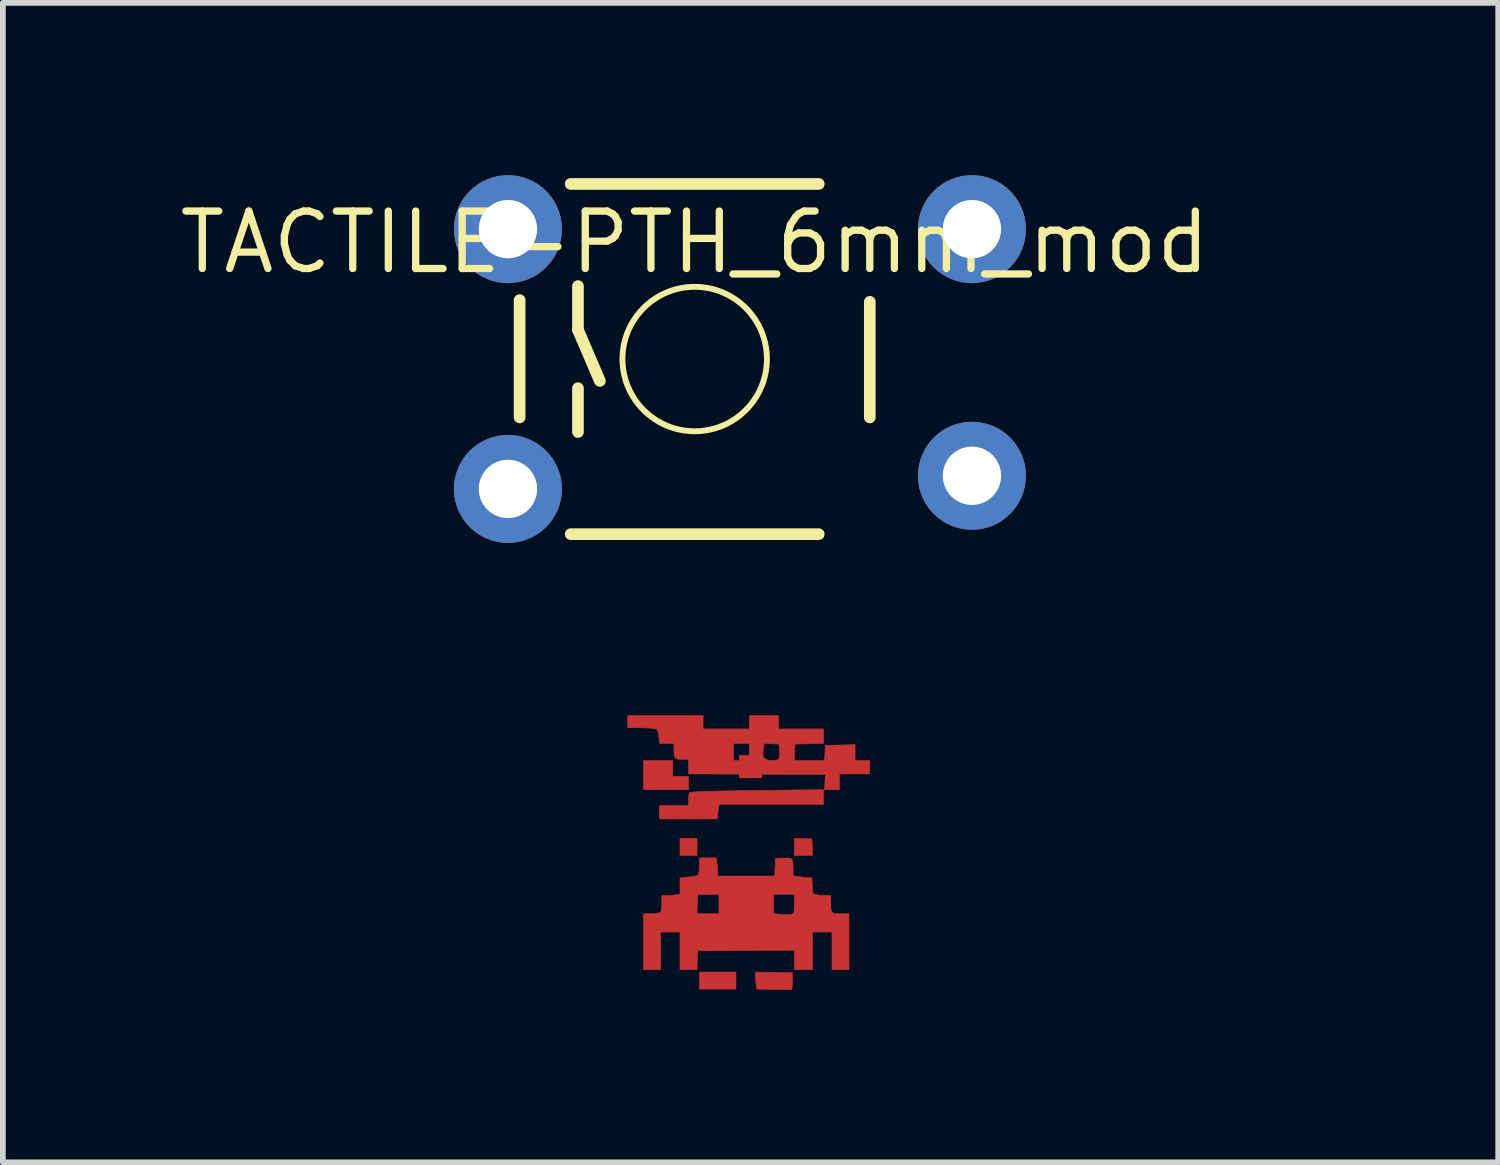
<source format=kicad_pcb>
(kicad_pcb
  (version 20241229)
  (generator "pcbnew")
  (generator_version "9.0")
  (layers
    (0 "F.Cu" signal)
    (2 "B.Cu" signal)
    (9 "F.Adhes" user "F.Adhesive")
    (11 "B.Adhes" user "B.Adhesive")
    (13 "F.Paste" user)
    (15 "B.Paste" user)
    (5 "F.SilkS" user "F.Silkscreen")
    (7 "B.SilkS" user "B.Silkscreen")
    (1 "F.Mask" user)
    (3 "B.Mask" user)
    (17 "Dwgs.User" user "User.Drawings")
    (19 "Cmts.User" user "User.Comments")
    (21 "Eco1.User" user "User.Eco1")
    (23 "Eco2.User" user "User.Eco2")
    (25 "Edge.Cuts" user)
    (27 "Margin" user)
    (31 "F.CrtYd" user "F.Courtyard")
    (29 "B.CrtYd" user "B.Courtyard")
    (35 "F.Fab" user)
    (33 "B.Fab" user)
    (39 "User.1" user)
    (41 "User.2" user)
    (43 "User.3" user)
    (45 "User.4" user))
  (footprint "TACTILE-PTH_6mm_mod"
    (layer "F.Cu")
    (at 9.043 3.2)
    (property "Reference" "TACTILE-PTH_6mm_mod" (at 0 -2.032 0) (layer "F.SilkS") (effects (font (size 1 1) (thickness 0.127))))
    (attr exclude_from_pos_files exclude_from_bom)
    (fp_line (start -3.048 -1.026) (end -3.048 1.016) (stroke (width 0.203) (type solid)) (layer "F.SilkS"))
    (fp_line (start -2.159 3.048) (end 2.159 3.048) (stroke (width 0.203) (type solid)) (layer "F.SilkS"))
    (fp_line (start -2.032 -1.27) (end -2.032 -0.508) (stroke (width 0.203) (type solid)) (layer "F.SilkS"))
    (fp_line (start -2.032 -0.508) (end -1.651 0.381) (stroke (width 0.203) (type solid)) (layer "F.SilkS"))
    (fp_line (start -2.032 0.508) (end -2.032 1.27) (stroke (width 0.203) (type solid)) (layer "F.SilkS"))
    (fp_line (start 2.159 -3.048) (end -2.159 -3.048) (stroke (width 0.203) (type solid)) (layer "F.SilkS"))
    (fp_line (start 3.048 -0.996) (end 3.048 1.016) (stroke (width 0.203) (type solid)) (layer "F.SilkS"))
    (fp_circle (center 0 0) (end -0.889 0.889) (stroke (width 0.102) (type solid)) (fill no) (layer "F.SilkS"))
    (pad "1" thru_hole circle (at -3.251 -2.261) (size 1.88 1.88) (drill 1.016) (layers "*.Cu" "*.Mask"))
    (pad "1" thru_hole circle (at 4.826 -2.261) (size 1.88 1.88) (drill 1.016) (layers "*.Cu" "*.Mask"))
    (pad "2" thru_hole circle (at -3.251 2.261) (size 1.88 1.88) (drill 1.016) (layers "*.Cu" "*.Mask"))
    (pad "2" thru_hole circle (at 4.826 2.032) (size 1.88 1.88) (drill 1.016) (layers "*.Cu" "*.Mask")))
  (footprint "TOP_led_footprint"
    (layer "F.Cu")
    (at 10.015 11.565)
    (property "Reference" "TOP_led_footprint" (at 0 0 0) (layer "Eco2.User") (effects (font (size 1.524 1.524) (thickness 0.15))))
    (attr through_hole)
    (fp_poly (pts (xy -0.931 0.275) (xy -1.228 0.275) (xy -1.228 -0.021) (xy -0.931 -0.021) (xy -0.931 0.275)) (stroke (width 0.01) (type solid)) (fill yes) (layer "F.Cu"))
    (fp_poly (pts (xy -0.254 2.603) (xy -0.889 2.603) (xy -0.889 2.307) (xy -0.254 2.307) (xy -0.254 2.603)) (stroke (width 0.01) (type solid)) (fill yes) (layer "F.Cu"))
    (fp_poly (pts (xy -1.355 -1.101) (xy -1.079 -1.101) (xy -1.079 -0.868) (xy -1.863 -0.868) (xy -1.863 -1.376) (xy -1.355 -1.376) (xy -1.355 -1.101)) (stroke (width 0.01) (type solid)) (fill yes) (layer "F.Cu"))
    (fp_poly (pts (xy 0.915 -0.017) (xy 1.069 -0.011) (xy 1.075 0.132) (xy 1.081 0.275) (xy 0.762 0.275) (xy 0.762 -0.023) (xy 0.915 -0.017)) (stroke (width 0.01) (type solid)) (fill yes) (layer "F.Cu"))
    (fp_poly (pts (xy 0.407 2.312) (xy 0.73 2.318) (xy 0.73 2.464) (xy 0.727 2.539) (xy 0.72 2.592) (xy 0.709 2.613) (xy 0.709 2.613) (xy 0.681 2.613) (xy 0.619 2.613) (xy 0.532 2.611) (xy 0.428 2.609) (xy 0.4 2.609) (xy 0.111 2.602) (xy 0.098 2.524) (xy 0.089 2.449) (xy 0.085 2.377) (xy 0.085 2.375) (xy 0.085 2.306) (xy 0.407 2.312)) (stroke (width 0.01) (type solid)) (fill yes) (layer "F.Cu"))
    (fp_poly (pts (xy 1.27 -0.614) (xy -0.545 -0.614) (xy -0.558 -0.548) (xy -0.568 -0.478) (xy -0.572 -0.421) (xy -0.572 -0.36) (xy -1.587 -0.36) (xy -1.587 -0.593) (xy -1.079 -0.593) (xy -1.079 -0.693) (xy -1.076 -0.758) (xy -1.068 -0.805) (xy -1.063 -0.817) (xy -1.043 -0.823) (xy -0.988 -0.828) (xy -0.897 -0.834) (xy -0.77 -0.838) (xy -0.606 -0.843) (xy -0.402 -0.847) (xy -0.159 -0.851) (xy 0.111 -0.855) (xy 1.27 -0.869) (xy 1.27 -0.614)) (stroke (width 0.01) (type solid)) (fill yes) (layer "F.Cu"))
    (fp_poly (pts (xy -0.826 -1.926) (xy -0.021 -1.926) (xy -0.021 -2.159) (xy 0.487 -2.159) (xy 0.487 -1.926) (xy 1.27 -1.926) (xy 1.27 -1.674) (xy 1.021 -1.668) (xy 0.773 -1.662) (xy 0.766 -1.519) (xy 0.76 -1.376) (xy 1.289 -1.376) (xy 1.302 -1.64) (xy 1.561 -1.646) (xy 1.82 -1.652) (xy 1.82 -1.376) (xy 2.074 -1.376) (xy 2.074 -1.143) (xy 1.545 -1.143) (xy 1.545 -0.868) (xy 1.288 -0.868) (xy 1.295 -1) (xy 1.302 -1.132) (xy -1.079 -1.143) (xy -1.079 -1.397) (xy -1.194 -1.397) (xy -1.263 -1.4) (xy -1.304 -1.415) (xy -1.325 -1.449) (xy -1.333 -1.513) (xy -1.333 -1.568) (xy -1.333 -1.672) (xy -0.296 -1.672) (xy -0.296 -1.376) (xy -0.021 -1.376) (xy -0.021 -1.505) (xy 0.213 -1.505) (xy 0.226 -1.436) (xy 0.267 -1.394) (xy 0.337 -1.377) (xy 0.367 -1.376) (xy 0.429 -1.38) (xy 0.475 -1.39) (xy 0.483 -1.394) (xy 0.5 -1.426) (xy 0.505 -1.493) (xy 0.504 -1.537) (xy 0.497 -1.662) (xy 0.368 -1.668) (xy 0.238 -1.674) (xy 0.225 -1.607) (xy 0.213 -1.505) (xy -0.021 -1.505) (xy -0.021 -1.672) (xy -0.296 -1.672) (xy -1.333 -1.672) (xy -1.583 -1.672) (xy -1.598 -1.797) (xy -1.607 -1.866) (xy -1.619 -1.905) (xy -1.641 -1.923) (xy -1.68 -1.932) (xy -1.69 -1.934) (xy -1.747 -1.94) (xy -1.832 -1.945) (xy -1.927 -1.947) (xy -1.953 -1.947) (xy -2.138 -1.947) (xy -2.138 -2.159) (xy -0.826 -2.159) (xy -0.826 -1.926)) (stroke (width 0.01) (type solid)) (fill yes) (layer "F.Cu"))
    (fp_poly (pts (xy -0.585 0.397) (xy -0.576 0.476) (xy -0.572 0.555) (xy -0.572 0.556) (xy -0.572 0.635) (xy 0.421 0.635) (xy 0.428 0.482) (xy 0.434 0.328) (xy 0.57 0.322) (xy 0.657 0.321) (xy 0.708 0.331) (xy 0.723 0.343) (xy 0.732 0.378) (xy 0.739 0.44) (xy 0.741 0.501) (xy 0.741 0.632) (xy 0.831 0.644) (xy 0.909 0.653) (xy 0.984 0.661) (xy 0.995 0.661) (xy 1.069 0.667) (xy 1.075 0.807) (xy 1.079 0.882) (xy 1.087 0.925) (xy 1.102 0.947) (xy 1.131 0.957) (xy 1.147 0.961) (xy 1.211 0.969) (xy 1.288 0.973) (xy 1.304 0.974) (xy 1.397 0.974) (xy 1.397 1.099) (xy 1.399 1.19) (xy 1.408 1.246) (xy 1.432 1.276) (xy 1.479 1.289) (xy 1.556 1.291) (xy 1.569 1.291) (xy 1.714 1.291) (xy 1.714 2.265) (xy 1.418 2.265) (xy 1.418 1.609) (xy 1.079 1.609) (xy 1.079 2.265) (xy 0.762 2.265) (xy 0.762 1.926) (xy -0.079 1.931) (xy -0.921 1.937) (xy -0.927 2.101) (xy -0.933 2.265) (xy -1.228 2.265) (xy -1.228 1.609) (xy -1.566 1.609) (xy -1.566 2.265) (xy -1.863 2.265) (xy -1.863 1.291) (xy -0.933 1.291) (xy -0.55 1.291) (xy -0.55 0.953) (xy 0.402 0.953) (xy 0.402 1.288) (xy 0.471 1.297) (xy 0.594 1.308) (xy 0.682 1.305) (xy 0.714 1.299) (xy 0.738 1.289) (xy 0.752 1.27) (xy 0.76 1.232) (xy 0.762 1.166) (xy 0.762 1.119) (xy 0.762 0.953) (xy 0.402 0.953) (xy -0.55 0.953) (xy -0.55 0.951) (xy -0.736 0.957) (xy -0.921 0.963) (xy -0.933 1.291) (xy -1.863 1.291) (xy -1.752 1.291) (xy -1.657 1.289) (xy -1.597 1.28) (xy -1.563 1.257) (xy -1.549 1.214) (xy -1.545 1.144) (xy -1.545 1.119) (xy -1.545 0.974) (xy -1.453 0.974) (xy -1.377 0.97) (xy -1.306 0.963) (xy -1.294 0.96) (xy -1.228 0.947) (xy -1.228 0.662) (xy -1.077 0.651) (xy -0.986 0.64) (xy -0.927 0.625) (xy -0.908 0.611) (xy -0.898 0.576) (xy -0.891 0.513) (xy -0.889 0.45) (xy -0.889 0.318) (xy -0.598 0.318) (xy -0.585 0.397)) (stroke (width 0.01) (type solid)) (fill yes) (layer "F.Cu"))
    (fp_poly (pts (xy -0.931 0.275) (xy -1.228 0.275) (xy -1.228 -0.021) (xy -0.931 -0.021) (xy -0.931 0.275)) (stroke (width 0.01) (type solid)) (fill yes) (layer "F.Mask"))
    (fp_poly (pts (xy -0.254 2.603) (xy -0.889 2.603) (xy -0.889 2.307) (xy -0.254 2.307) (xy -0.254 2.603)) (stroke (width 0.01) (type solid)) (fill yes) (layer "F.Mask"))
    (fp_poly (pts (xy -1.355 -1.101) (xy -1.079 -1.101) (xy -1.079 -0.868) (xy -1.863 -0.868) (xy -1.863 -1.376) (xy -1.355 -1.376) (xy -1.355 -1.101)) (stroke (width 0.01) (type solid)) (fill yes) (layer "F.Mask"))
    (fp_poly (pts (xy 0.915 -0.017) (xy 1.069 -0.011) (xy 1.075 0.132) (xy 1.081 0.275) (xy 0.762 0.275) (xy 0.762 -0.023) (xy 0.915 -0.017)) (stroke (width 0.01) (type solid)) (fill yes) (layer "F.Mask"))
    (fp_poly (pts (xy 0.407 2.312) (xy 0.73 2.318) (xy 0.73 2.464) (xy 0.727 2.539) (xy 0.72 2.592) (xy 0.709 2.613) (xy 0.709 2.613) (xy 0.681 2.613) (xy 0.619 2.613) (xy 0.532 2.611) (xy 0.428 2.609) (xy 0.4 2.609) (xy 0.111 2.602) (xy 0.098 2.524) (xy 0.089 2.449) (xy 0.085 2.377) (xy 0.085 2.375) (xy 0.085 2.306) (xy 0.407 2.312)) (stroke (width 0.01) (type solid)) (fill yes) (layer "F.Mask"))
    (fp_poly (pts (xy 1.27 -0.614) (xy -0.545 -0.614) (xy -0.558 -0.548) (xy -0.568 -0.478) (xy -0.572 -0.421) (xy -0.572 -0.36) (xy -1.587 -0.36) (xy -1.587 -0.593) (xy -1.079 -0.593) (xy -1.079 -0.693) (xy -1.076 -0.758) (xy -1.068 -0.805) (xy -1.063 -0.817) (xy -1.043 -0.823) (xy -0.988 -0.828) (xy -0.897 -0.834) (xy -0.77 -0.838) (xy -0.606 -0.843) (xy -0.402 -0.847) (xy -0.159 -0.851) (xy 0.111 -0.855) (xy 1.27 -0.869) (xy 1.27 -0.614)) (stroke (width 0.01) (type solid)) (fill yes) (layer "F.Mask"))
    (fp_poly (pts (xy -0.826 -1.926) (xy -0.021 -1.926) (xy -0.021 -2.159) (xy 0.487 -2.159) (xy 0.487 -1.926) (xy 1.27 -1.926) (xy 1.27 -1.674) (xy 1.021 -1.668) (xy 0.773 -1.662) (xy 0.766 -1.519) (xy 0.76 -1.376) (xy 1.289 -1.376) (xy 1.302 -1.64) (xy 1.561 -1.646) (xy 1.82 -1.652) (xy 1.82 -1.376) (xy 2.074 -1.376) (xy 2.074 -1.143) (xy 1.545 -1.143) (xy 1.545 -0.868) (xy 1.288 -0.868) (xy 1.295 -1) (xy 1.302 -1.132) (xy -1.079 -1.143) (xy -1.079 -1.397) (xy -1.194 -1.397) (xy -1.263 -1.4) (xy -1.304 -1.415) (xy -1.325 -1.449) (xy -1.333 -1.513) (xy -1.333 -1.568) (xy -1.333 -1.672) (xy -0.296 -1.672) (xy -0.296 -1.376) (xy -0.021 -1.376) (xy -0.021 -1.505) (xy 0.213 -1.505) (xy 0.226 -1.436) (xy 0.267 -1.394) (xy 0.337 -1.377) (xy 0.367 -1.376) (xy 0.429 -1.38) (xy 0.475 -1.39) (xy 0.483 -1.394) (xy 0.5 -1.426) (xy 0.505 -1.493) (xy 0.504 -1.537) (xy 0.497 -1.662) (xy 0.368 -1.668) (xy 0.238 -1.674) (xy 0.225 -1.607) (xy 0.213 -1.505) (xy -0.021 -1.505) (xy -0.021 -1.672) (xy -0.296 -1.672) (xy -1.333 -1.672) (xy -1.583 -1.672) (xy -1.598 -1.797) (xy -1.607 -1.866) (xy -1.619 -1.905) (xy -1.641 -1.923) (xy -1.68 -1.932) (xy -1.69 -1.934) (xy -1.747 -1.94) (xy -1.832 -1.945) (xy -1.927 -1.947) (xy -1.953 -1.947) (xy -2.138 -1.947) (xy -2.138 -2.159) (xy -0.826 -2.159) (xy -0.826 -1.926)) (stroke (width 0.01) (type solid)) (fill yes) (layer "F.Mask"))
    (fp_poly (pts (xy -0.585 0.397) (xy -0.576 0.476) (xy -0.572 0.555) (xy -0.572 0.556) (xy -0.572 0.635) (xy 0.421 0.635) (xy 0.428 0.482) (xy 0.434 0.328) (xy 0.57 0.322) (xy 0.657 0.321) (xy 0.708 0.331) (xy 0.723 0.343) (xy 0.732 0.378) (xy 0.739 0.44) (xy 0.741 0.501) (xy 0.741 0.632) (xy 0.831 0.644) (xy 0.909 0.653) (xy 0.984 0.661) (xy 0.995 0.661) (xy 1.069 0.667) (xy 1.075 0.807) (xy 1.079 0.882) (xy 1.087 0.925) (xy 1.102 0.947) (xy 1.131 0.957) (xy 1.147 0.961) (xy 1.211 0.969) (xy 1.288 0.973) (xy 1.304 0.974) (xy 1.397 0.974) (xy 1.397 1.099) (xy 1.399 1.19) (xy 1.408 1.246) (xy 1.432 1.276) (xy 1.479 1.289) (xy 1.556 1.291) (xy 1.569 1.291) (xy 1.714 1.291) (xy 1.714 2.265) (xy 1.418 2.265) (xy 1.418 1.609) (xy 1.079 1.609) (xy 1.079 2.265) (xy 0.762 2.265) (xy 0.762 1.926) (xy -0.079 1.931) (xy -0.921 1.937) (xy -0.927 2.101) (xy -0.933 2.265) (xy -1.228 2.265) (xy -1.228 1.609) (xy -1.566 1.609) (xy -1.566 2.265) (xy -1.863 2.265) (xy -1.863 1.291) (xy -0.933 1.291) (xy -0.55 1.291) (xy -0.55 0.953) (xy 0.402 0.953) (xy 0.402 1.288) (xy 0.471 1.297) (xy 0.594 1.308) (xy 0.682 1.305) (xy 0.714 1.299) (xy 0.738 1.289) (xy 0.752 1.27) (xy 0.76 1.232) (xy 0.762 1.166) (xy 0.762 1.119) (xy 0.762 0.953) (xy 0.402 0.953) (xy -0.55 0.953) (xy -0.55 0.951) (xy -0.736 0.957) (xy -0.921 0.963) (xy -0.933 1.291) (xy -1.863 1.291) (xy -1.752 1.291) (xy -1.657 1.289) (xy -1.597 1.28) (xy -1.563 1.257) (xy -1.549 1.214) (xy -1.545 1.144) (xy -1.545 1.119) (xy -1.545 0.974) (xy -1.453 0.974) (xy -1.377 0.97) (xy -1.306 0.963) (xy -1.294 0.96) (xy -1.228 0.947) (xy -1.228 0.662) (xy -1.077 0.651) (xy -0.986 0.64) (xy -0.927 0.625) (xy -0.908 0.611) (xy -0.898 0.576) (xy -0.891 0.513) (xy -0.889 0.45) (xy -0.889 0.318) (xy -0.598 0.318) (xy -0.585 0.397)) (stroke (width 0.01) (type solid)) (fill yes) (layer "F.Mask"))
    (pad "1" smd rect (at 0 1.524) (size 0.4 0.4) (layers "F.Cu" "F.Mask" "F.Paste"))
    (pad "2" smd rect (at 0 -1.27) (size 0.4 0.4) (layers "F.Cu" "F.Mask" "F.Paste")))
  (gr_rect
    (start -3 -3)
    (end 23.03 17.183)
    (stroke (width 0.1) (type default))
    (fill no)
    (layer "Edge.Cuts")))
</source>
